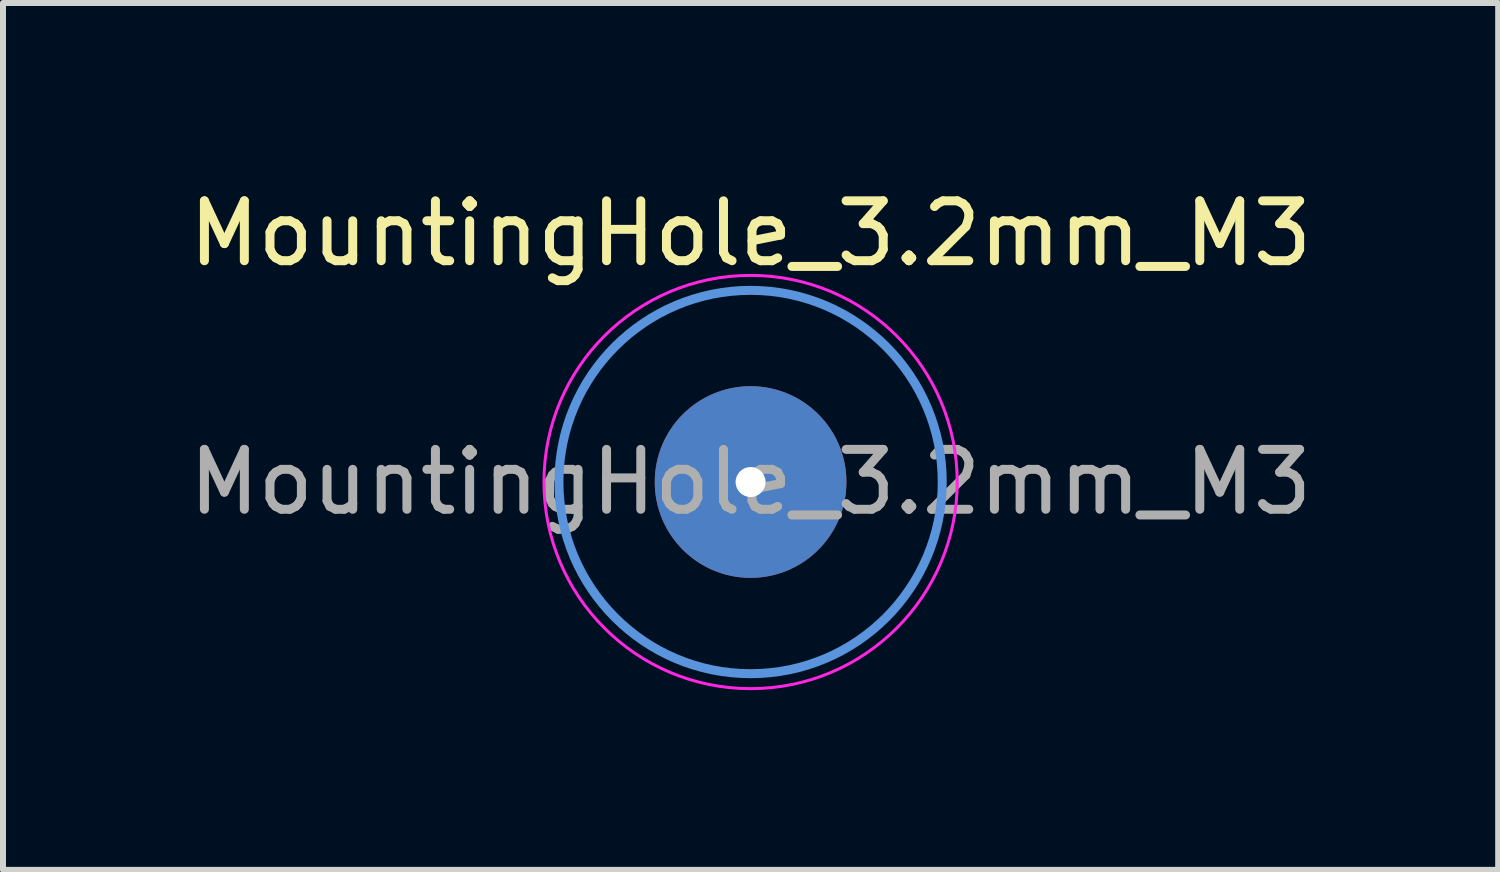
<source format=kicad_pcb>
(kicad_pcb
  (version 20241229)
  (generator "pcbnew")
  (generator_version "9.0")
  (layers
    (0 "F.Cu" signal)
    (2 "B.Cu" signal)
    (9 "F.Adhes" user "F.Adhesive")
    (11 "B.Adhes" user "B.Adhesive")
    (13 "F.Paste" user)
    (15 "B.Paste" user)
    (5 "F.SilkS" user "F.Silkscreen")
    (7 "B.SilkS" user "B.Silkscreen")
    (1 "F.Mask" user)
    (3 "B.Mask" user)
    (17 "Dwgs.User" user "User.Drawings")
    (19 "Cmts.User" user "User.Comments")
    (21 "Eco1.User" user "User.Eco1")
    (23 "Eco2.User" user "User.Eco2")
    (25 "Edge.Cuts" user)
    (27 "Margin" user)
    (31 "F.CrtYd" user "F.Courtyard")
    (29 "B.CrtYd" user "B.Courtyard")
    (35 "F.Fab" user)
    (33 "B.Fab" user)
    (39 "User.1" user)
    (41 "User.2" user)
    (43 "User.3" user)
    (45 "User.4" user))
  (footprint "MountingHole_3.2mm_M3"
    (layer "F.Cu")
    (at 9.482 4.998)
    (property "Reference" "MountingHole_3.2mm_M3" (at 0 -4.15 0) (layer "F.SilkS") (effects (font (size 1 1) (thickness 0.15))))
    (attr exclude_from_pos_files exclude_from_bom)
    (fp_circle (center 0 0) (end 3.2 0) (stroke (width 0.15) (type solid)) (fill no) (layer "Cmts.User"))
    (fp_circle (center 0 0) (end 3.45 0) (stroke (width 0.05) (type solid)) (fill no) (layer "F.CrtYd"))
    (fp_text user "${REFERENCE}" (at 0 0 0) (layer "F.Fab") (effects (font (size 1 1) (thickness 0.15))))
    (pad "" np_thru_hole circle (at 0 0) (size 3.2 3.2) (drill 0.5) (layers "*.Cu" "*.Mask")))
  (gr_rect
    (start -3 -3)
    (end 21.964 11.473)
    (stroke (width 0.1) (type default))
    (fill no)
    (layer "Edge.Cuts")))
</source>
